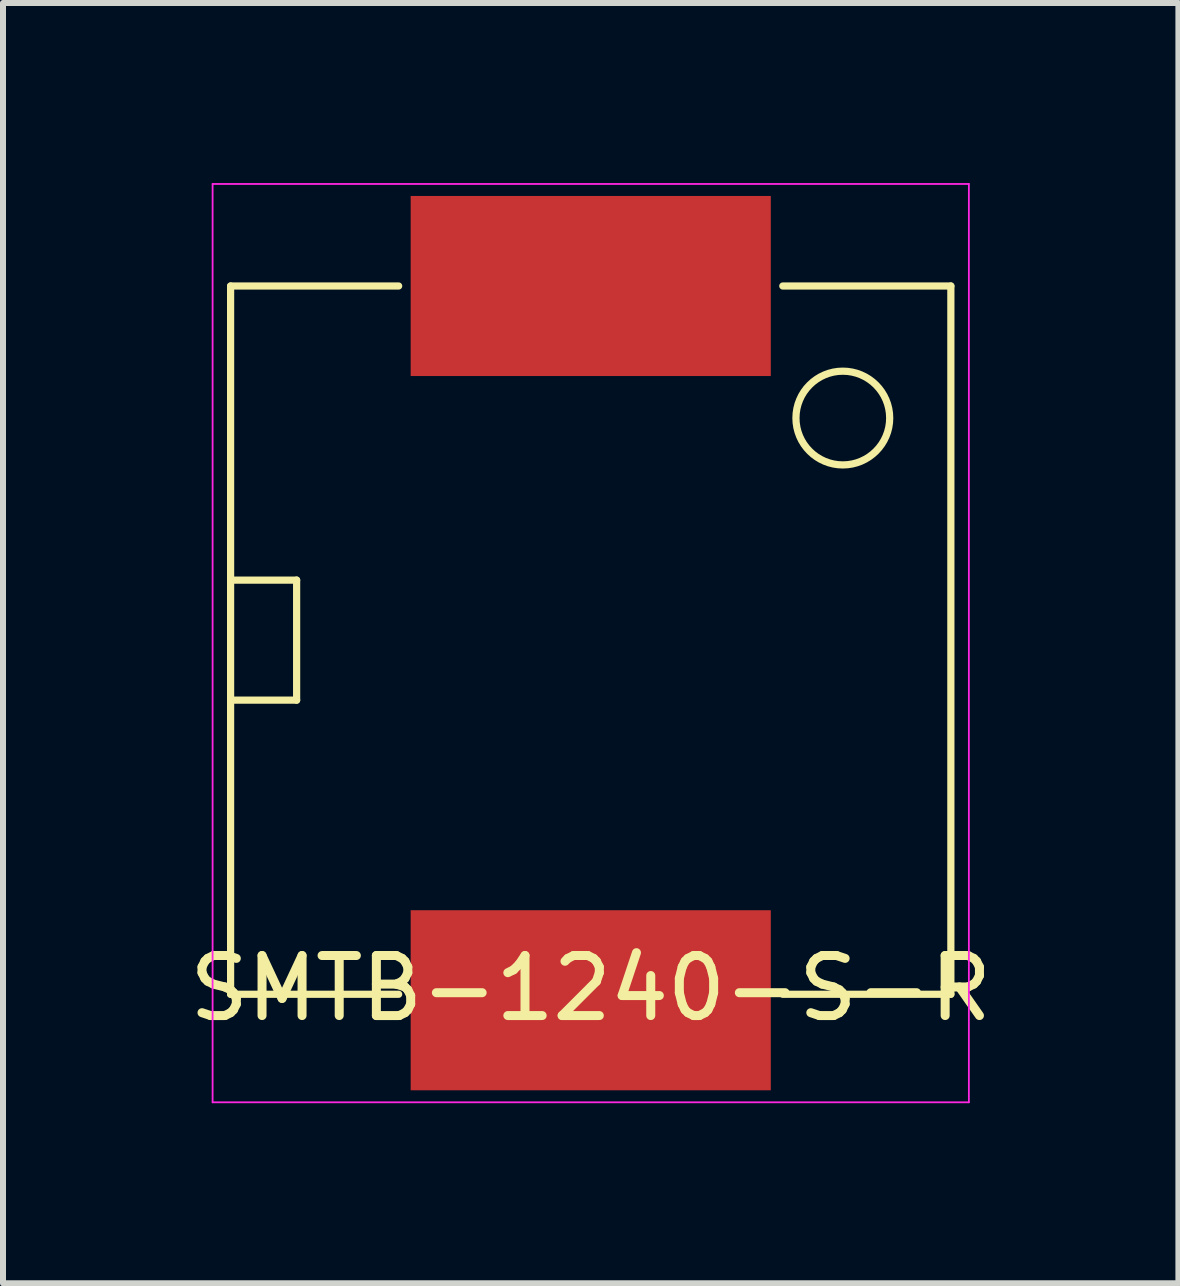
<source format=kicad_pcb>
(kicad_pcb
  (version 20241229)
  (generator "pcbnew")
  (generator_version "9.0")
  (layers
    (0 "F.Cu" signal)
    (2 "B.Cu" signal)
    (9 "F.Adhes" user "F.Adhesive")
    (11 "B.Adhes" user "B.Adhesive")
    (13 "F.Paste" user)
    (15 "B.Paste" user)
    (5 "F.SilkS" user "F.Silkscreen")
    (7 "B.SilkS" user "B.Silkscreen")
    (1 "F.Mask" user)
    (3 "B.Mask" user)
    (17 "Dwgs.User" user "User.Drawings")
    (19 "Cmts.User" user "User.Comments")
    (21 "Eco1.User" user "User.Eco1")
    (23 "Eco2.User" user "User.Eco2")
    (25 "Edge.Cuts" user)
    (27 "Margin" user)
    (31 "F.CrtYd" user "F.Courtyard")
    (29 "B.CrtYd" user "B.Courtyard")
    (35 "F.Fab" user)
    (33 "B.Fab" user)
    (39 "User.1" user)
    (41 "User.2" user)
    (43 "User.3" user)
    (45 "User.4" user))
  (footprint "SMTB-1240-S-R"
    (layer "F.Cu")
    (at 6.792 7.715)
    (property "Reference" "SMTB-1240-S-R" (at 0 5.7 0) (layer "F.SilkS") (effects (font (size 1 1) (thickness 0.15))))
    (attr through_hole)
    (fp_line (start -6 -6) (end -6 5.8) (stroke (width 0.12) (type solid)) (layer "F.SilkS"))
    (fp_line (start -6 -1.1) (end -4.9 -1.1) (stroke (width 0.12) (type solid)) (layer "F.SilkS"))
    (fp_line (start -6 5.8) (end -3.2 5.8) (stroke (width 0.12) (type solid)) (layer "F.SilkS"))
    (fp_line (start -4.9 -1.1) (end -4.9 0.9) (stroke (width 0.12) (type solid)) (layer "F.SilkS"))
    (fp_line (start -4.9 0.9) (end -6 0.9) (stroke (width 0.12) (type solid)) (layer "F.SilkS"))
    (fp_line (start -3.2 -6) (end -6 -6) (stroke (width 0.12) (type solid)) (layer "F.SilkS"))
    (fp_line (start 3.2 -6) (end 6 -6) (stroke (width 0.12) (type solid)) (layer "F.SilkS"))
    (fp_line (start 6 -6) (end 6 5.8) (stroke (width 0.12) (type solid)) (layer "F.SilkS"))
    (fp_line (start 6 5.8) (end 3.2 5.8) (stroke (width 0.12) (type solid)) (layer "F.SilkS"))
    (fp_circle (center 4.2 -3.8) (end 4.7 -3.2) (stroke (width 0.12) (type solid)) (fill no) (layer "F.SilkS"))
    (fp_line (start -6.3 -7.7) (end -6.3 7.6) (stroke (width 0.03) (type solid)) (layer "F.CrtYd"))
    (fp_line (start -6.3 7.6) (end 6.3 7.6) (stroke (width 0.03) (type solid)) (layer "F.CrtYd"))
    (fp_line (start 6.3 -7.7) (end -6.3 -7.7) (stroke (width 0.03) (type solid)) (layer "F.CrtYd"))
    (fp_line (start 6.3 7.6) (end 6.3 -7.7) (stroke (width 0.03) (type solid)) (layer "F.CrtYd"))
    (pad "1" smd rect (at 0 -6) (size 6 3) (layers "F.Cu" "F.Mask" "F.Paste"))
    (pad "2" smd rect (at 0 5.9) (size 6 3) (layers "F.Cu" "F.Mask" "F.Paste")))
  (gr_rect
    (start -3 -3)
    (end 16.583 18.33)
    (stroke (width 0.1) (type default))
    (fill no)
    (layer "Edge.Cuts")))
</source>
